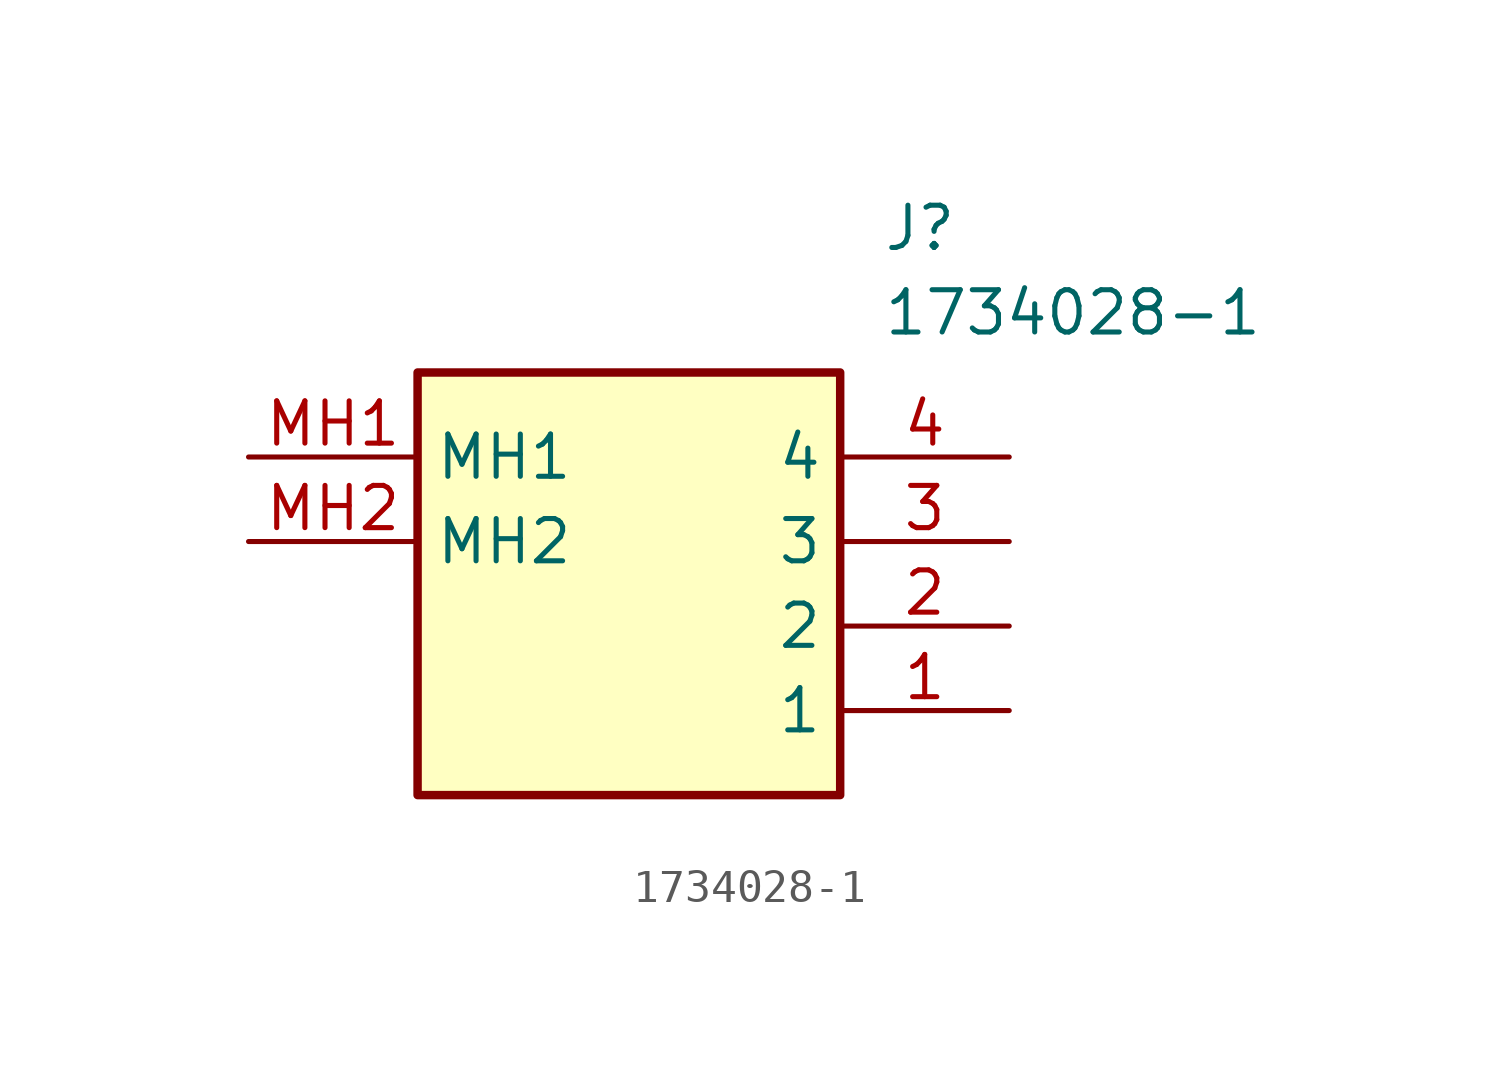
<source format=kicad_sym>
(kicad_symbol_lib
  (version 20211014)
  (generator SamacSys_ECAD_Model)
  (symbol "1734028-1"
    (property "Reference" "J"
      (at 19.05 7.62 0)
      (effects (font (size 1.27 1.27)) (justify left top)))
    (property "Value" "1734028-1"
      (at 19.05 5.08 0)
      (effects (font (size 1.27 1.27)) (justify left top)))
    (rectangle
      (start 5.08 2.54)
      (end 17.78 -10.16)
      (stroke (width 0.254) (type default))
      (fill (type background)))
    (pin passive line
      (at 22.86 -7.62 180)
      (length 5.08)
      (name "1" (effects (font (size 1.27 1.27))))
      (number "1" (effects (font (size 1.27 1.27)))))
    (pin passive line
      (at 22.86 -5.08 180)
      (length 5.08)
      (name "2" (effects (font (size 1.27 1.27))))
      (number "2" (effects (font (size 1.27 1.27)))))
    (pin passive line
      (at 22.86 -2.54 180)
      (length 5.08)
      (name "3" (effects (font (size 1.27 1.27))))
      (number "3" (effects (font (size 1.27 1.27)))))
    (pin passive line
      (at 22.86 0 180)
      (length 5.08)
      (name "4" (effects (font (size 1.27 1.27))))
      (number "4" (effects (font (size 1.27 1.27)))))
    (pin passive line
      (at 0 0 0)
      (length 5.08)
      (name "MH1" (effects (font (size 1.27 1.27))))
      (number "MH1" (effects (font (size 1.27 1.27)))))
    (pin passive line
      (at 0 -2.54 0)
      (length 5.08)
      (name "MH2" (effects (font (size 1.27 1.27))))
      (number "MH2" (effects (font (size 1.27 1.27)))))))
</source>
